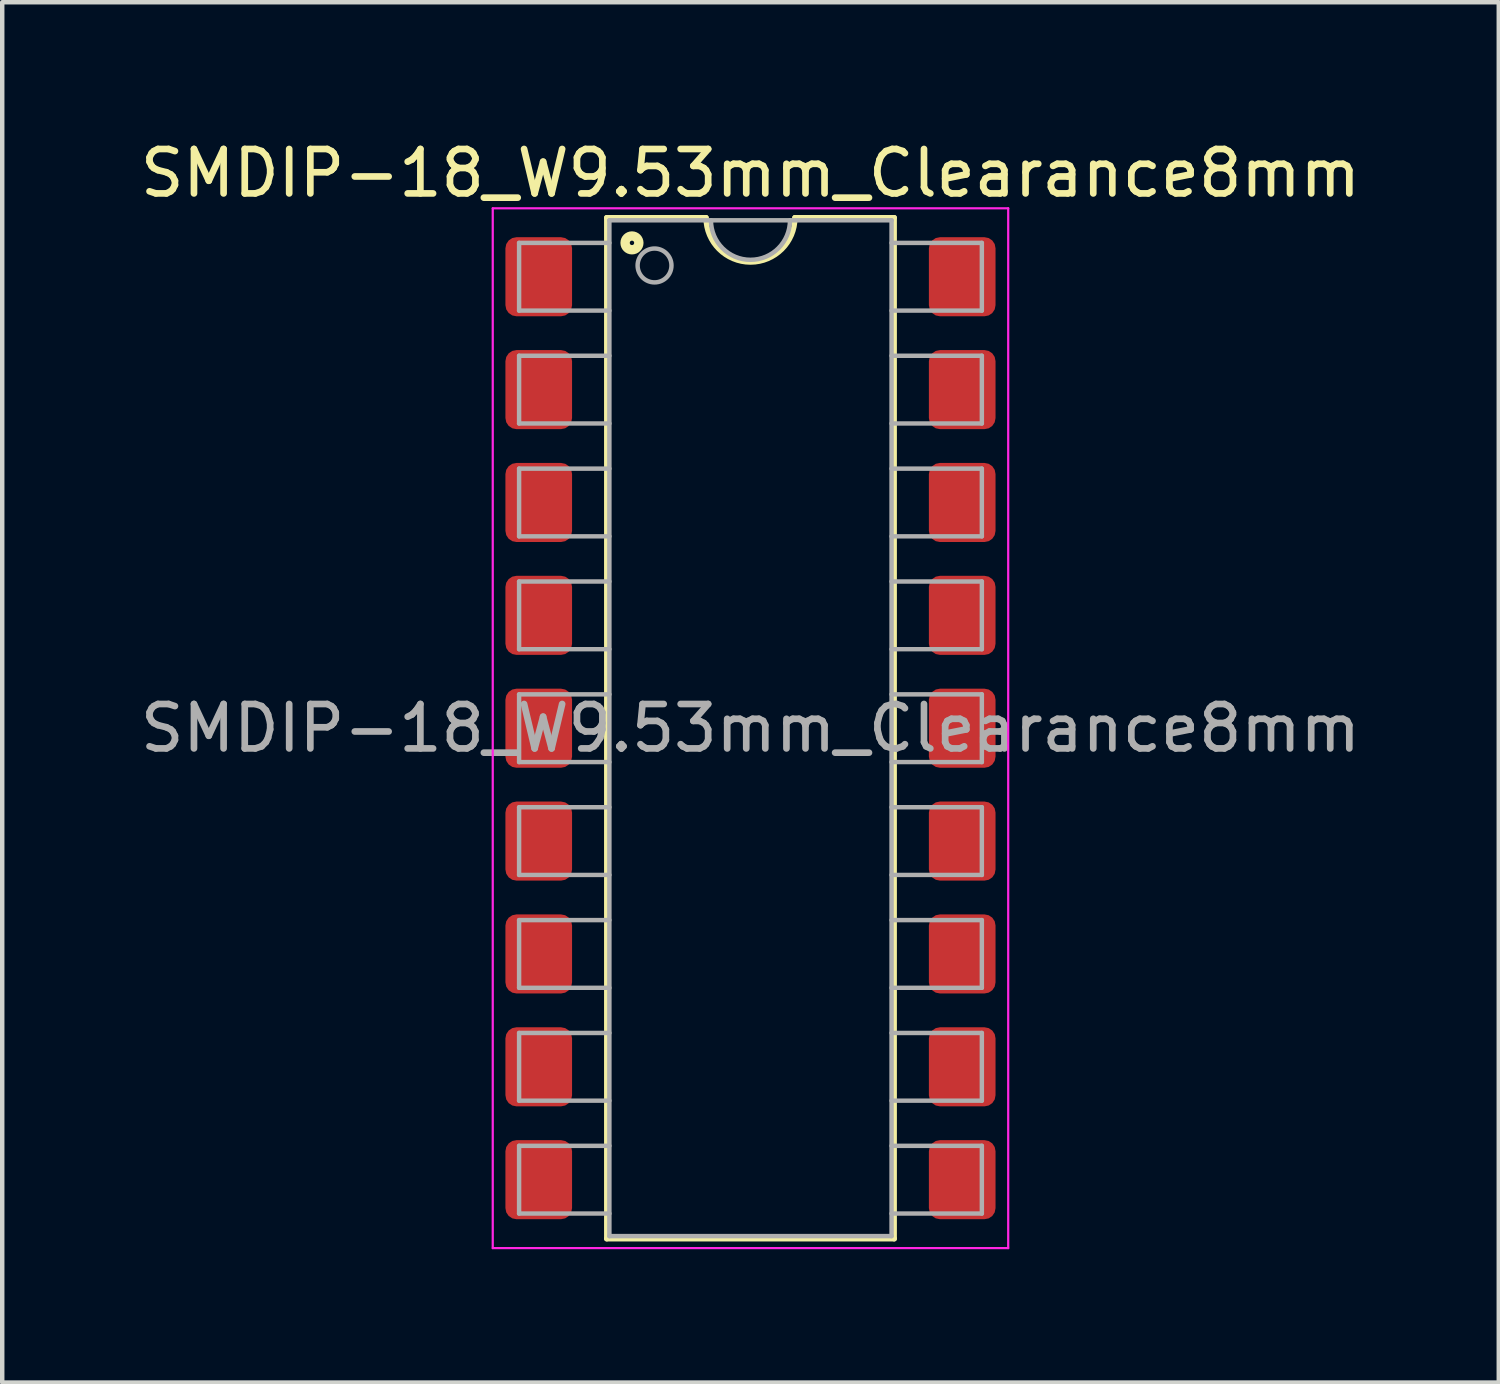
<source format=kicad_pcb>
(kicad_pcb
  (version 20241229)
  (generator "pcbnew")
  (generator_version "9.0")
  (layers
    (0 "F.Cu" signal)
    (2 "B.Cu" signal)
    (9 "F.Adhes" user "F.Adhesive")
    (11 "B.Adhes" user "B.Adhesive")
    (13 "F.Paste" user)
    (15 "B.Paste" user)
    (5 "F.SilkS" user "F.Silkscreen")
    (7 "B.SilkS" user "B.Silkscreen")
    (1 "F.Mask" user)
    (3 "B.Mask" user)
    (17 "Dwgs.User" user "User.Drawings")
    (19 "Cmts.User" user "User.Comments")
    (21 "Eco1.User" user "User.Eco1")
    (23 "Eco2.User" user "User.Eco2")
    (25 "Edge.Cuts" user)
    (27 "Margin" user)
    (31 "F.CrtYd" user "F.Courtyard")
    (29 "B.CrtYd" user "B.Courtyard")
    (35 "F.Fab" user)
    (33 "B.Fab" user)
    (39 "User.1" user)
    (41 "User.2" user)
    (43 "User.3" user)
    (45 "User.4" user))
  (footprint "SMDIP-18_W9.53mm_Clearance8mm"
    (layer "F.Cu")
    (at 13.839 13.338)
    (property "Reference" "SMDIP-18_W9.53mm_Clearance8mm" (at 0 -12.49 0) (layer "F.SilkS") (effects (font (size 1 1) (thickness 0.15))))
    (attr smd)
    (fp_line (start -3.235 -11.49) (end -3.235 11.49) (stroke (width 0.12) (type solid)) (layer "F.SilkS"))
    (fp_line (start -3.235 11.49) (end 3.235 11.49) (stroke (width 0.12) (type solid)) (layer "F.SilkS"))
    (fp_line (start -1 -11.49) (end -3.235 -11.49) (stroke (width 0.12) (type solid)) (layer "F.SilkS"))
    (fp_line (start 3.235 -11.49) (end 1 -11.49) (stroke (width 0.12) (type solid)) (layer "F.SilkS"))
    (fp_line (start 3.235 11.49) (end 3.235 -11.49) (stroke (width 0.12) (type solid)) (layer "F.SilkS"))
    (fp_arc (start 1 -11.49) (mid 0 -10.49) (end -1 -11.49) (stroke (width 0.12) (type solid)) (layer "F.SilkS"))
    (fp_circle (center -2.667 -10.922) (end -2.617 -10.922) (stroke (width 0.12) (type solid)) (fill no) (layer "F.SilkS"))
    (fp_circle (center -2.667 -10.922) (end -2.542 -10.922) (stroke (width 0.12) (type solid)) (fill no) (layer "F.SilkS"))
    (fp_circle (center -2.667 -10.922) (end -2.467 -10.922) (stroke (width 0.12) (type solid)) (fill no) (layer "F.SilkS"))
    (fp_line (start -5.8 -11.7) (end -5.8 11.7) (stroke (width 0.05) (type solid)) (layer "F.CrtYd"))
    (fp_line (start -5.8 11.7) (end 5.8 11.7) (stroke (width 0.05) (type solid)) (layer "F.CrtYd"))
    (fp_line (start 5.8 -11.7) (end -5.8 -11.7) (stroke (width 0.05) (type solid)) (layer "F.CrtYd"))
    (fp_line (start 5.8 11.7) (end 5.8 -11.7) (stroke (width 0.05) (type solid)) (layer "F.CrtYd"))
    (fp_line (start -5.207 -10.922) (end -5.207 -9.398) (stroke (width 0.1) (type solid)) (layer "F.Fab"))
    (fp_line (start -5.207 -10.922) (end -3.175 -10.922) (stroke (width 0.1) (type solid)) (layer "F.Fab"))
    (fp_line (start -5.207 -9.398) (end -3.175 -9.398) (stroke (width 0.1) (type solid)) (layer "F.Fab"))
    (fp_line (start -5.207 -8.382) (end -5.207 -6.858) (stroke (width 0.1) (type solid)) (layer "F.Fab"))
    (fp_line (start -5.207 -8.382) (end -3.175 -8.382) (stroke (width 0.1) (type solid)) (layer "F.Fab"))
    (fp_line (start -5.207 -6.858) (end -3.175 -6.858) (stroke (width 0.1) (type solid)) (layer "F.Fab"))
    (fp_line (start -5.207 -5.842) (end -5.207 -4.318) (stroke (width 0.1) (type solid)) (layer "F.Fab"))
    (fp_line (start -5.207 -5.842) (end -3.175 -5.842) (stroke (width 0.1) (type solid)) (layer "F.Fab"))
    (fp_line (start -5.207 -4.318) (end -3.175 -4.318) (stroke (width 0.1) (type solid)) (layer "F.Fab"))
    (fp_line (start -5.207 -3.302) (end -5.207 -1.778) (stroke (width 0.1) (type solid)) (layer "F.Fab"))
    (fp_line (start -5.207 -3.302) (end -3.175 -3.302) (stroke (width 0.1) (type solid)) (layer "F.Fab"))
    (fp_line (start -5.207 -1.778) (end -3.175 -1.778) (stroke (width 0.1) (type solid)) (layer "F.Fab"))
    (fp_line (start -5.207 -0.762) (end -5.207 0.762) (stroke (width 0.1) (type solid)) (layer "F.Fab"))
    (fp_line (start -5.207 -0.762) (end -3.175 -0.762) (stroke (width 0.1) (type solid)) (layer "F.Fab"))
    (fp_line (start -5.207 0.762) (end -3.175 0.762) (stroke (width 0.1) (type solid)) (layer "F.Fab"))
    (fp_line (start -5.207 1.778) (end -5.207 3.302) (stroke (width 0.1) (type solid)) (layer "F.Fab"))
    (fp_line (start -5.207 1.778) (end -3.175 1.778) (stroke (width 0.1) (type solid)) (layer "F.Fab"))
    (fp_line (start -5.207 3.302) (end -3.175 3.302) (stroke (width 0.1) (type solid)) (layer "F.Fab"))
    (fp_line (start -5.207 4.318) (end -5.207 5.842) (stroke (width 0.1) (type solid)) (layer "F.Fab"))
    (fp_line (start -5.207 4.318) (end -3.175 4.318) (stroke (width 0.1) (type solid)) (layer "F.Fab"))
    (fp_line (start -5.207 5.842) (end -3.175 5.842) (stroke (width 0.1) (type solid)) (layer "F.Fab"))
    (fp_line (start -5.207 6.858) (end -5.207 8.382) (stroke (width 0.1) (type solid)) (layer "F.Fab"))
    (fp_line (start -5.207 6.858) (end -3.175 6.858) (stroke (width 0.1) (type solid)) (layer "F.Fab"))
    (fp_line (start -5.207 8.382) (end -3.175 8.382) (stroke (width 0.1) (type solid)) (layer "F.Fab"))
    (fp_line (start -5.207 9.398) (end -5.207 10.922) (stroke (width 0.1) (type solid)) (layer "F.Fab"))
    (fp_line (start -5.207 9.398) (end -3.175 9.398) (stroke (width 0.1) (type solid)) (layer "F.Fab"))
    (fp_line (start -5.207 10.922) (end -3.175 10.922) (stroke (width 0.1) (type solid)) (layer "F.Fab"))
    (fp_line (start -3.175 -11.43) (end 3.175 -11.43) (stroke (width 0.1) (type solid)) (layer "F.Fab"))
    (fp_line (start -3.175 11.43) (end -3.175 -11.43) (stroke (width 0.1) (type solid)) (layer "F.Fab"))
    (fp_line (start 3.175 -11.43) (end 3.175 11.43) (stroke (width 0.1) (type solid)) (layer "F.Fab"))
    (fp_line (start 3.175 11.43) (end -3.175 11.43) (stroke (width 0.1) (type solid)) (layer "F.Fab"))
    (fp_line (start 5.207 -10.922) (end 3.175 -10.922) (stroke (width 0.1) (type solid)) (layer "F.Fab"))
    (fp_line (start 5.207 -9.398) (end 3.175 -9.398) (stroke (width 0.1) (type solid)) (layer "F.Fab"))
    (fp_line (start 5.207 -9.398) (end 5.207 -10.922) (stroke (width 0.1) (type solid)) (layer "F.Fab"))
    (fp_line (start 5.207 -8.382) (end 3.175 -8.382) (stroke (width 0.1) (type solid)) (layer "F.Fab"))
    (fp_line (start 5.207 -6.858) (end 3.175 -6.858) (stroke (width 0.1) (type solid)) (layer "F.Fab"))
    (fp_line (start 5.207 -6.858) (end 5.207 -8.382) (stroke (width 0.1) (type solid)) (layer "F.Fab"))
    (fp_line (start 5.207 -5.842) (end 3.175 -5.842) (stroke (width 0.1) (type solid)) (layer "F.Fab"))
    (fp_line (start 5.207 -4.318) (end 3.175 -4.318) (stroke (width 0.1) (type solid)) (layer "F.Fab"))
    (fp_line (start 5.207 -4.318) (end 5.207 -5.842) (stroke (width 0.1) (type solid)) (layer "F.Fab"))
    (fp_line (start 5.207 -3.302) (end 3.175 -3.302) (stroke (width 0.1) (type solid)) (layer "F.Fab"))
    (fp_line (start 5.207 -1.778) (end 3.175 -1.778) (stroke (width 0.1) (type solid)) (layer "F.Fab"))
    (fp_line (start 5.207 -1.778) (end 5.207 -3.302) (stroke (width 0.1) (type solid)) (layer "F.Fab"))
    (fp_line (start 5.207 -0.762) (end 3.175 -0.762) (stroke (width 0.1) (type solid)) (layer "F.Fab"))
    (fp_line (start 5.207 0.762) (end 3.175 0.762) (stroke (width 0.1) (type solid)) (layer "F.Fab"))
    (fp_line (start 5.207 0.762) (end 5.207 -0.762) (stroke (width 0.1) (type solid)) (layer "F.Fab"))
    (fp_line (start 5.207 1.778) (end 3.175 1.778) (stroke (width 0.1) (type solid)) (layer "F.Fab"))
    (fp_line (start 5.207 3.302) (end 3.175 3.302) (stroke (width 0.1) (type solid)) (layer "F.Fab"))
    (fp_line (start 5.207 3.302) (end 5.207 1.778) (stroke (width 0.1) (type solid)) (layer "F.Fab"))
    (fp_line (start 5.207 4.318) (end 3.175 4.318) (stroke (width 0.1) (type solid)) (layer "F.Fab"))
    (fp_line (start 5.207 5.842) (end 3.175 5.842) (stroke (width 0.1) (type solid)) (layer "F.Fab"))
    (fp_line (start 5.207 5.842) (end 5.207 4.318) (stroke (width 0.1) (type solid)) (layer "F.Fab"))
    (fp_line (start 5.207 6.858) (end 3.175 6.858) (stroke (width 0.1) (type solid)) (layer "F.Fab"))
    (fp_line (start 5.207 8.382) (end 3.175 8.382) (stroke (width 0.1) (type solid)) (layer "F.Fab"))
    (fp_line (start 5.207 8.382) (end 5.207 6.858) (stroke (width 0.1) (type solid)) (layer "F.Fab"))
    (fp_line (start 5.207 9.398) (end 3.175 9.398) (stroke (width 0.1) (type solid)) (layer "F.Fab"))
    (fp_line (start 5.207 10.922) (end 3.175 10.922) (stroke (width 0.1) (type solid)) (layer "F.Fab"))
    (fp_line (start 5.207 10.922) (end 5.207 9.398) (stroke (width 0.1) (type solid)) (layer "F.Fab"))
    (fp_arc (start 0.889 -11.43) (mid 0 -10.541) (end -0.889 -11.43) (stroke (width 0.1) (type solid)) (layer "F.Fab"))
    (fp_circle (center -2.159 -10.414) (end -1.778 -10.414) (stroke (width 0.1) (type solid)) (fill no) (layer "F.Fab"))
    (fp_text user "${REFERENCE}" (at 0 0 0) (layer "F.Fab") (effects (font (size 1 1) (thickness 0.15))))
    (pad "1" smd roundrect (at -4.765 -10.16) (size 1.5 1.78) (layers "F.Cu" "F.Mask" "F.Paste") (roundrect_rratio 0.167))
    (pad "2" smd roundrect (at -4.765 -7.62) (size 1.5 1.78) (layers "F.Cu" "F.Mask" "F.Paste") (roundrect_rratio 0.167))
    (pad "3" smd roundrect (at -4.765 -5.08) (size 1.5 1.78) (layers "F.Cu" "F.Mask" "F.Paste") (roundrect_rratio 0.167))
    (pad "4" smd roundrect (at -4.765 -2.54) (size 1.5 1.78) (layers "F.Cu" "F.Mask" "F.Paste") (roundrect_rratio 0.167))
    (pad "5" smd roundrect (at -4.765 0) (size 1.5 1.78) (layers "F.Cu" "F.Mask" "F.Paste") (roundrect_rratio 0.167))
    (pad "6" smd roundrect (at -4.765 2.54) (size 1.5 1.78) (layers "F.Cu" "F.Mask" "F.Paste") (roundrect_rratio 0.167))
    (pad "7" smd roundrect (at -4.765 5.08) (size 1.5 1.78) (layers "F.Cu" "F.Mask" "F.Paste") (roundrect_rratio 0.167))
    (pad "8" smd roundrect (at -4.765 7.62) (size 1.5 1.78) (layers "F.Cu" "F.Mask" "F.Paste") (roundrect_rratio 0.167))
    (pad "9" smd roundrect (at -4.765 10.16) (size 1.5 1.78) (layers "F.Cu" "F.Mask" "F.Paste") (roundrect_rratio 0.167))
    (pad "10" smd roundrect (at 4.765 10.16) (size 1.5 1.78) (layers "F.Cu" "F.Mask" "F.Paste") (roundrect_rratio 0.167))
    (pad "11" smd roundrect (at 4.765 7.62) (size 1.5 1.78) (layers "F.Cu" "F.Mask" "F.Paste") (roundrect_rratio 0.167))
    (pad "12" smd roundrect (at 4.765 5.08) (size 1.5 1.78) (layers "F.Cu" "F.Mask" "F.Paste") (roundrect_rratio 0.167))
    (pad "13" smd roundrect (at 4.765 2.54) (size 1.5 1.78) (layers "F.Cu" "F.Mask" "F.Paste") (roundrect_rratio 0.167))
    (pad "14" smd roundrect (at 4.765 0) (size 1.5 1.78) (layers "F.Cu" "F.Mask" "F.Paste") (roundrect_rratio 0.167))
    (pad "15" smd roundrect (at 4.765 -2.54) (size 1.5 1.78) (layers "F.Cu" "F.Mask" "F.Paste") (roundrect_rratio 0.167))
    (pad "16" smd roundrect (at 4.765 -5.08) (size 1.5 1.78) (layers "F.Cu" "F.Mask" "F.Paste") (roundrect_rratio 0.167))
    (pad "17" smd roundrect (at 4.765 -7.62) (size 1.5 1.78) (layers "F.Cu" "F.Mask" "F.Paste") (roundrect_rratio 0.167))
    (pad "18" smd roundrect (at 4.765 -10.16) (size 1.5 1.78) (layers "F.Cu" "F.Mask" "F.Paste") (roundrect_rratio 0.167)))
  (gr_rect
    (start -3 -3)
    (end 30.679 28.063)
    (stroke (width 0.1) (type default))
    (fill no)
    (layer "Edge.Cuts")))
</source>
